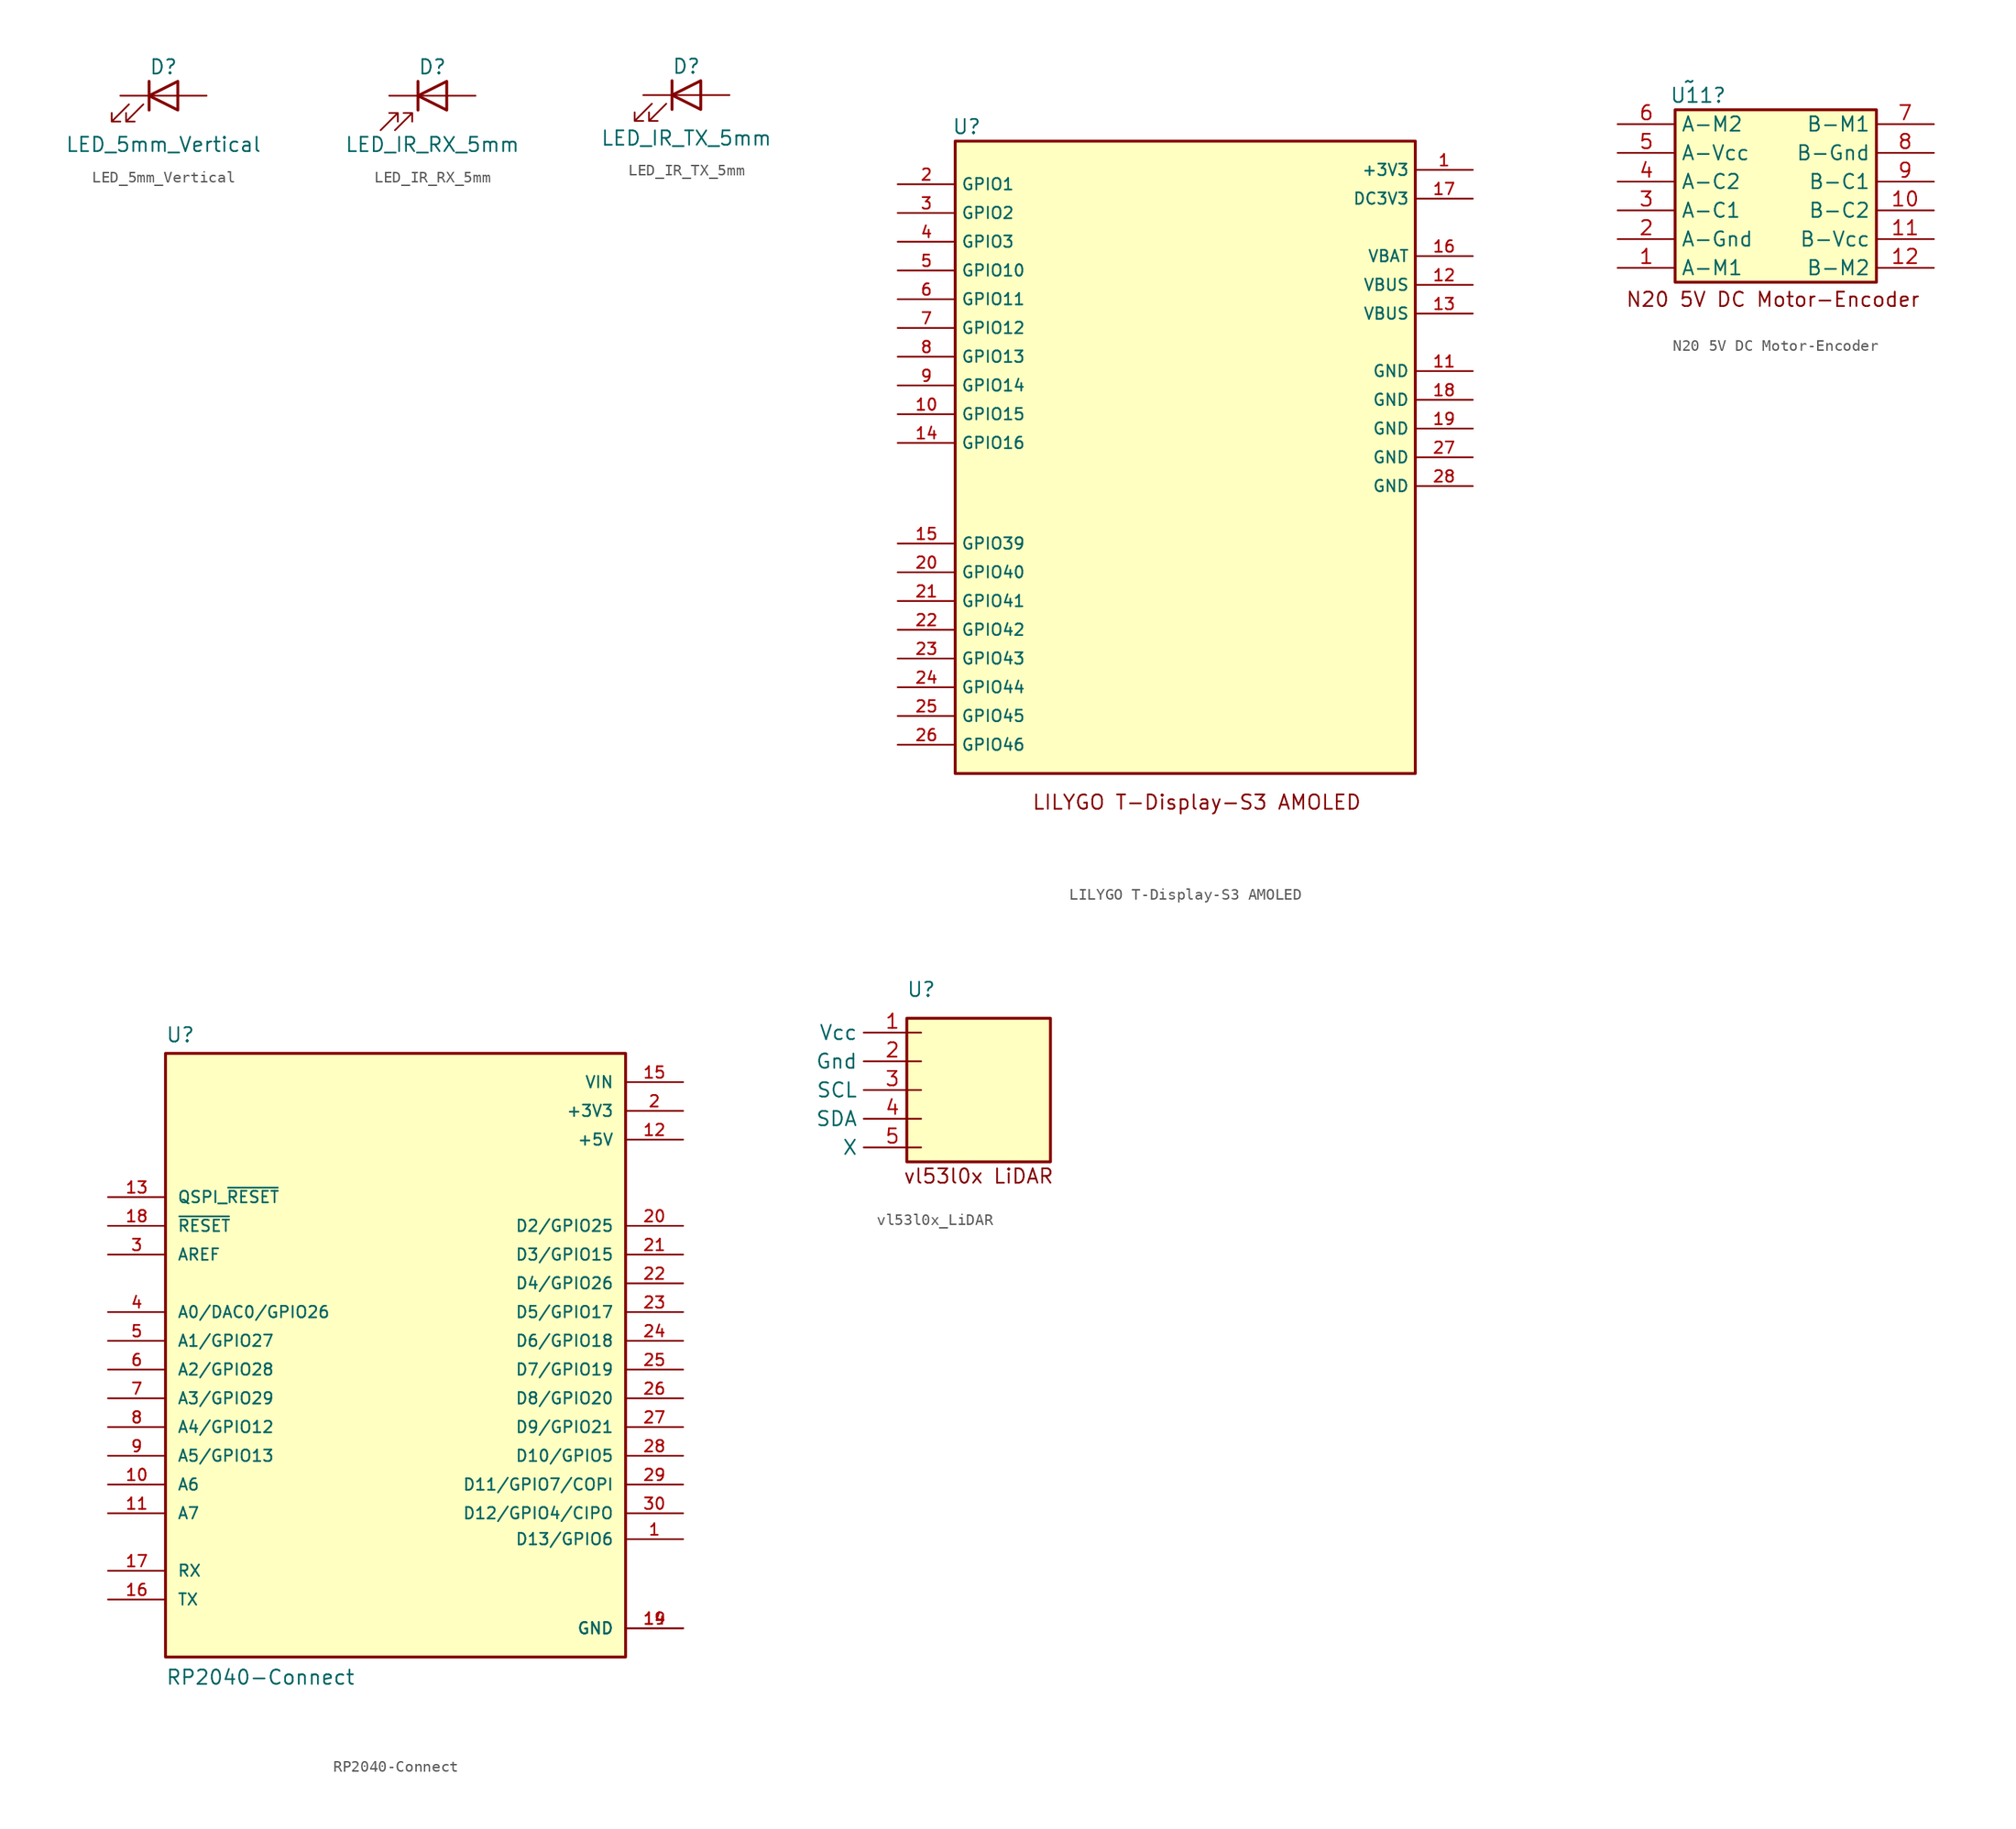
<source format=kicad_sym>
(kicad_symbol_lib
  (version 20241209)
  (generator "kicad_symbol_editor")
  (generator_version "9.0")
  (symbol "LED_5mm_Vertical"
    (pin_numbers
      (hide yes))
    (pin_names
      (offset 1.016)
      (hide yes))
    (property "Reference" "D"
      (at 0 2.54 0)
      (effects (font (size 1.27 1.27))))
    (property "Value" "LED_5mm_Vertical"
      (at 0 -4.318 0)
      (effects (font (size 1.27 1.27))))
    (symbol "LED_5mm_Vertical_0_1"
      (polyline (pts (xy -3.048 -0.762) (xy -4.572 -2.286) (xy -3.81 -2.286) (xy -4.572 -2.286) (xy -4.572 -1.524)) (stroke (width 0) (type default)) (fill (type none)))
      (polyline (pts (xy -1.778 -0.762) (xy -3.302 -2.286) (xy -2.54 -2.286) (xy -3.302 -2.286) (xy -3.302 -1.524)) (stroke (width 0) (type default)) (fill (type none)))
      (polyline (pts (xy -1.27 0) (xy 1.27 0)) (stroke (width 0) (type default)) (fill (type none)))
      (polyline (pts (xy -1.27 -1.27) (xy -1.27 1.27)) (stroke (width 0.254) (type default)) (fill (type none)))
      (polyline (pts (xy 1.27 -1.27) (xy 1.27 1.27) (xy -1.27 0) (xy 1.27 -1.27)) (stroke (width 0.254) (type default)) (fill (type none))))
    (symbol "LED_5mm_Vertical_1_1"
      (pin passive line (at -3.81 0 0) (length 2.54) (name "K" (effects (font (size 1.27 1.27)))) (number "1" (effects (font (size 1.27 1.27)))))
      (pin passive line (at 3.81 0 180) (length 2.54) (name "A" (effects (font (size 1.27 1.27)))) (number "2" (effects (font (size 1.27 1.27)))))))
  (symbol "LED_IR_RX_5mm"
    (pin_numbers
      (hide yes))
    (pin_names
      (offset 1.016)
      (hide yes))
    (property "Reference" "D"
      (at 0 2.54 0)
      (effects (font (size 1.27 1.27))))
    (property "Value" "LED_IR_RX_5mm"
      (at 0 -4.318 0)
      (effects (font (size 1.27 1.27))))
    (symbol "LED_IR_RX_5mm_0_1"
      (polyline (pts (xy -4.572 -3.048) (xy -3.048 -1.524) (xy -3.81 -1.524) (xy -3.048 -1.524) (xy -3.048 -2.286)) (stroke (width 0) (type default)) (fill (type none)))
      (polyline (pts (xy -3.302 -3.048) (xy -1.778 -1.524) (xy -2.54 -1.524) (xy -1.778 -1.524) (xy -1.778 -2.286)) (stroke (width 0) (type default)) (fill (type none)))
      (polyline (pts (xy -1.27 0) (xy 1.27 0)) (stroke (width 0) (type default)) (fill (type none)))
      (polyline (pts (xy -1.27 -1.27) (xy -1.27 1.27)) (stroke (width 0.254) (type default)) (fill (type none)))
      (polyline (pts (xy 1.27 -1.27) (xy 1.27 1.27) (xy -1.27 0) (xy 1.27 -1.27)) (stroke (width 0.254) (type default)) (fill (type none))))
    (symbol "LED_IR_RX_5mm_1_1"
      (pin passive line (at -3.81 0 0) (length 2.54) (name "K" (effects (font (size 1.27 1.27)))) (number "1" (effects (font (size 1.27 1.27)))))
      (pin passive line (at 3.81 0 180) (length 2.54) (name "A" (effects (font (size 1.27 1.27)))) (number "2" (effects (font (size 1.27 1.27)))))))
  (symbol "LED_IR_TX_5mm"
    (pin_numbers
      (hide yes))
    (pin_names
      (offset 1.016)
      (hide yes))
    (property "Reference" "D"
      (at 0 2.54 0)
      (effects (font (size 1.27 1.27))))
    (property "Value" "LED_IR_TX_5mm"
      (at 0 -3.81 0)
      (effects (font (size 1.27 1.27))))
    (symbol "LED_IR_TX_5mm_0_1"
      (polyline (pts (xy -3.048 -0.762) (xy -4.572 -2.286) (xy -3.81 -2.286) (xy -4.572 -2.286) (xy -4.572 -1.524)) (stroke (width 0) (type default)) (fill (type none)))
      (polyline (pts (xy -1.778 -0.762) (xy -3.302 -2.286) (xy -2.54 -2.286) (xy -3.302 -2.286) (xy -3.302 -1.524)) (stroke (width 0) (type default)) (fill (type none)))
      (polyline (pts (xy -1.27 0) (xy 1.27 0)) (stroke (width 0) (type default)) (fill (type none)))
      (polyline (pts (xy -1.27 -1.27) (xy -1.27 1.27)) (stroke (width 0.254) (type default)) (fill (type none)))
      (polyline (pts (xy 1.27 -1.27) (xy 1.27 1.27) (xy -1.27 0) (xy 1.27 -1.27)) (stroke (width 0.254) (type default)) (fill (type none))))
    (symbol "LED_IR_TX_5mm_1_1"
      (pin passive line (at -3.81 0 0) (length 2.54) (name "K" (effects (font (size 1.27 1.27)))) (number "1" (effects (font (size 1.27 1.27)))))
      (pin passive line (at 3.81 0 180) (length 2.54) (name "A" (effects (font (size 1.27 1.27)))) (number "2" (effects (font (size 1.27 1.27)))))))
  (symbol "LILYGO T-Display-S3 AMOLED"
    (property "Reference" "U"
      (at -19.304 26.67 0)
      (effects (font (size 1.27 1.27))))
    (property "Value" ""
      (at 0 0 0)
      (effects (font (size 1.27 1.27))))
    (symbol "LILYGO T-Display-S3 AMOLED_0_0"
      (rectangle (start -20.32 25.4) (end 20.32 -30.48) (stroke (width 0.254) (type default)) (fill (type background))))
    (symbol "LILYGO T-Display-S3 AMOLED_1_0"
      (pin bidirectional line (at -25.4 21.59 0) (length 5.08) (name "GPIO1" (effects (font (size 1.016 1.016)))) (number "2" (effects (font (size 1.016 1.016)))))
      (pin bidirectional line (at -25.4 19.05 0) (length 5.08) (name "GPIO2" (effects (font (size 1.016 1.016)))) (number "3" (effects (font (size 1.016 1.016)))))
      (pin bidirectional line (at -25.4 16.51 0) (length 5.08) (name "GPIO3" (effects (font (size 1.016 1.016)))) (number "4" (effects (font (size 1.016 1.016)))))
      (pin bidirectional line (at -25.4 13.97 0) (length 5.08) (name "GPIO10" (effects (font (size 1.016 1.016)))) (number "5" (effects (font (size 1.016 1.016)))))
      (pin bidirectional line (at -25.4 11.43 0) (length 5.08) (name "GPIO11" (effects (font (size 1.016 1.016)))) (number "6" (effects (font (size 1.016 1.016)))))
      (pin bidirectional line (at -25.4 8.89 0) (length 5.08) (name "GPIO12" (effects (font (size 1.016 1.016)))) (number "7" (effects (font (size 1.016 1.016)))))
      (pin bidirectional line (at -25.4 6.35 0) (length 5.08) (name "GPIO13" (effects (font (size 1.016 1.016)))) (number "8" (effects (font (size 1.016 1.016)))))
      (pin bidirectional line (at -25.4 3.81 0) (length 5.08) (name "GPIO14" (effects (font (size 1.016 1.016)))) (number "9" (effects (font (size 1.016 1.016)))))
      (pin bidirectional line (at -25.4 1.27 0) (length 5.08) (name "GPIO15" (effects (font (size 1.016 1.016)))) (number "10" (effects (font (size 1.016 1.016)))))
      (pin bidirectional line (at -25.4 -1.27 0) (length 5.08) (name "GPIO16" (effects (font (size 1.016 1.016)))) (number "14" (effects (font (size 1.016 1.016)))))
      (pin bidirectional line (at -25.4 -10.16 0) (length 5.08) (name "GPIO39" (effects (font (size 1.016 1.016)))) (number "15" (effects (font (size 1.016 1.016)))))
      (pin bidirectional line (at -25.4 -12.7 0) (length 5.08) (name "GPIO40" (effects (font (size 1.016 1.016)))) (number "20" (effects (font (size 1.016 1.016)))))
      (pin bidirectional line (at -25.4 -15.24 0) (length 5.08) (name "GPIO41" (effects (font (size 1.016 1.016)))) (number "21" (effects (font (size 1.016 1.016)))))
      (pin bidirectional line (at -25.4 -17.78 0) (length 5.08) (name "GPIO42" (effects (font (size 1.016 1.016)))) (number "22" (effects (font (size 1.016 1.016)))))
      (pin bidirectional line (at -25.4 -20.32 0) (length 5.08) (name "GPIO43" (effects (font (size 1.016 1.016)))) (number "23" (effects (font (size 1.016 1.016)))))
      (pin bidirectional line (at -25.4 -22.86 0) (length 5.08) (name "GPIO44" (effects (font (size 1.016 1.016)))) (number "24" (effects (font (size 1.016 1.016)))))
      (pin bidirectional line (at -25.4 -25.4 0) (length 5.08) (name "GPIO45" (effects (font (size 1.016 1.016)))) (number "25" (effects (font (size 1.016 1.016)))))
      (pin bidirectional line (at -25.4 -27.94 0) (length 5.08) (name "GPIO46" (effects (font (size 1.016 1.016)))) (number "26" (effects (font (size 1.016 1.016)))))
      (pin power_out line (at 25.4 22.86 180) (length 5.08) (name "+3V3" (effects (font (size 1.016 1.016)))) (number "1" (effects (font (size 1.016 1.016)))))
      (pin power_out line (at 25.4 20.32 180) (length 5.08) (name "DC3V3" (effects (font (size 1.016 1.016)))) (number "17" (effects (font (size 1.016 1.016)))))
      (pin power_in line (at 25.4 15.24 180) (length 5.08) (name "VBAT" (effects (font (size 1.016 1.016)))) (number "16" (effects (font (size 1.016 1.016)))))
      (pin power_in line (at 25.4 12.7 180) (length 5.08) (name "VBUS" (effects (font (size 1.016 1.016)))) (number "12" (effects (font (size 1.016 1.016)))))
      (pin power_in line (at 25.4 10.16 180) (length 5.08) (name "VBUS" (effects (font (size 1.016 1.016)))) (number "13" (effects (font (size 1.016 1.016)))))
      (pin power_in line (at 25.4 5.08 180) (length 5.08) (name "GND" (effects (font (size 1.016 1.016)))) (number "11" (effects (font (size 1.016 1.016)))))
      (pin power_in line (at 25.4 2.54 180) (length 5.08) (name "GND" (effects (font (size 1.016 1.016)))) (number "18" (effects (font (size 1.016 1.016)))))
      (pin power_in line (at 25.4 0 180) (length 5.08) (name "GND" (effects (font (size 1.016 1.016)))) (number "19" (effects (font (size 1.016 1.016)))))
      (pin power_in line (at 25.4 -2.54 180) (length 5.08) (name "GND" (effects (font (size 1.016 1.016)))) (number "27" (effects (font (size 1.016 1.016)))))
      (pin power_in line (at 25.4 -5.08 180) (length 5.08) (name "GND" (effects (font (size 1.016 1.016)))) (number "28" (effects (font (size 1.016 1.016))))))
    (symbol "LILYGO T-Display-S3 AMOLED_1_1"
      (text "LILYGO T-Display-S3 AMOLED" (at 1.016 -33.02 0) (effects (font (size 1.27 1.27))))))
  (symbol "N20 5V DC Motor-Encoder"
    (property "Reference" "U11"
      (at 0.762 -1.27 0)
      (effects (font (size 1.27 1.27))))
    (property "Value" "~"
      (at 0 0 0)
      (effects (font (size 1.27 1.27))))
    (symbol "N20 5V DC Motor-Encoder_0_1"
      (rectangle (start -1.27 -2.54) (end 16.51 -17.78) (stroke (width 0.254) (type default)) (fill (type background))))
    (symbol "N20 5V DC Motor-Encoder_1_1"
      (text "N20 5V DC Motor-Encoder" (at 7.366 -19.304 0) (effects (font (size 1.27 1.27))))
      (pin input line (at -6.35 -3.81 0) (length 5.08) (name "A-M2" (effects (font (size 1.27 1.27)))) (number "6" (effects (font (size 1.27 1.27)))))
      (pin input line (at -6.35 -6.35 0) (length 5.08) (name "A-Vcc" (effects (font (size 1.27 1.27)))) (number "5" (effects (font (size 1.27 1.27)))))
      (pin input line (at -6.35 -8.89 0) (length 5.08) (name "A-C2" (effects (font (size 1.27 1.27)))) (number "4" (effects (font (size 1.27 1.27)))))
      (pin input line (at -6.35 -11.43 0) (length 5.08) (name "A-C1" (effects (font (size 1.27 1.27)))) (number "3" (effects (font (size 1.27 1.27)))))
      (pin input line (at -6.35 -13.97 0) (length 5.08) (name "A-Gnd" (effects (font (size 1.27 1.27)))) (number "2" (effects (font (size 1.27 1.27)))))
      (pin input line (at -6.35 -16.51 0) (length 5.08) (name "A-M1" (effects (font (size 1.27 1.27)))) (number "1" (effects (font (size 1.27 1.27)))))
      (pin input line (at 21.59 -3.81 180) (length 5.08) (name "B-M1" (effects (font (size 1.27 1.27)))) (number "7" (effects (font (size 1.27 1.27)))))
      (pin input line (at 21.59 -6.35 180) (length 5.08) (name "B-Gnd" (effects (font (size 1.27 1.27)))) (number "8" (effects (font (size 1.27 1.27)))))
      (pin input line (at 21.59 -8.89 180) (length 5.08) (name "B-C1" (effects (font (size 1.27 1.27)))) (number "9" (effects (font (size 1.27 1.27)))))
      (pin input line (at 21.59 -11.43 180) (length 5.08) (name "B-C2" (effects (font (size 1.27 1.27)))) (number "10" (effects (font (size 1.27 1.27)))))
      (pin input line (at 21.59 -13.97 180) (length 5.08) (name "B-Vcc" (effects (font (size 1.27 1.27)))) (number "11" (effects (font (size 1.27 1.27)))))
      (pin input line (at 21.59 -16.51 180) (length 5.08) (name "B-M2" (effects (font (size 1.27 1.27)))) (number "12" (effects (font (size 1.27 1.27)))))))
  (symbol "RP2040-Connect"
    (pin_names
      (offset 1.016))
    (property "Reference" "U"
      (at -20.32 26.289 0)
      (effects (font (size 1.27 1.27)) (justify left bottom)))
    (property "Value" "RP2040-Connect"
      (at -20.32 -30.48 0)
      (effects (font (size 1.27 1.27)) (justify left bottom)))
    (symbol "RP2040-Connect_0_0"
      (rectangle (start -20.32 25.4) (end 20.32 -27.94) (stroke (width 0.254) (type default)) (fill (type background)))
      (pin input line (at -25.4 12.7 0) (length 5.08) (name "QSPI_~{RESET}" (effects (font (size 1.016 1.016)))) (number "13" (effects (font (size 1.016 1.016)))))
      (pin input line (at -25.4 10.16 0) (length 5.08) (name "~{RESET}" (effects (font (size 1.016 1.016)))) (number "18" (effects (font (size 1.016 1.016)))))
      (pin bidirectional line (at -25.4 7.62 0) (length 5.08) (name "AREF" (effects (font (size 1.016 1.016)))) (number "3" (effects (font (size 1.016 1.016)))))
      (pin bidirectional line (at -25.4 2.54 0) (length 5.08) (name "A0/DAC0/GPIO26" (effects (font (size 1.016 1.016)))) (number "4" (effects (font (size 1.016 1.016)))))
      (pin bidirectional line (at -25.4 0 0) (length 5.08) (name "A1/GPIO27" (effects (font (size 1.016 1.016)))) (number "5" (effects (font (size 1.016 1.016)))))
      (pin bidirectional line (at -25.4 -2.54 0) (length 5.08) (name "A2/GPIO28" (effects (font (size 1.016 1.016)))) (number "6" (effects (font (size 1.016 1.016)))))
      (pin bidirectional line (at -25.4 -5.08 0) (length 5.08) (name "A3/GPIO29" (effects (font (size 1.016 1.016)))) (number "7" (effects (font (size 1.016 1.016)))))
      (pin bidirectional line (at -25.4 -7.62 0) (length 5.08) (name "A4/GPIO12" (effects (font (size 1.016 1.016)))) (number "8" (effects (font (size 1.016 1.016)))))
      (pin bidirectional line (at -25.4 -10.16 0) (length 5.08) (name "A5/GPIO13" (effects (font (size 1.016 1.016)))) (number "9" (effects (font (size 1.016 1.016)))))
      (pin bidirectional line (at -25.4 -12.7 0) (length 5.08) (name "A6" (effects (font (size 1.016 1.016)))) (number "10" (effects (font (size 1.016 1.016)))))
      (pin bidirectional line (at -25.4 -15.24 0) (length 5.08) (name "A7" (effects (font (size 1.016 1.016)))) (number "11" (effects (font (size 1.016 1.016)))))
      (pin bidirectional line (at -25.4 -20.32 0) (length 5.08) (name "RX" (effects (font (size 1.016 1.016)))) (number "17" (effects (font (size 1.016 1.016)))))
      (pin bidirectional line (at -25.4 -22.86 0) (length 5.08) (name "TX" (effects (font (size 1.016 1.016)))) (number "16" (effects (font (size 1.016 1.016)))))
      (pin power_in line (at 25.4 22.86 180) (length 5.08) (name "VIN" (effects (font (size 1.016 1.016)))) (number "15" (effects (font (size 1.016 1.016)))))
      (pin power_in line (at 25.4 20.32 180) (length 5.08) (name "+3V3" (effects (font (size 1.016 1.016)))) (number "2" (effects (font (size 1.016 1.016)))))
      (pin power_in line (at 25.4 17.78 180) (length 5.08) (name "+5V" (effects (font (size 1.016 1.016)))) (number "12" (effects (font (size 1.016 1.016)))))
      (pin bidirectional line (at 25.4 10.16 180) (length 5.08) (name "D2/GPIO25" (effects (font (size 1.016 1.016)))) (number "20" (effects (font (size 1.016 1.016)))))
      (pin bidirectional line (at 25.4 7.62 180) (length 5.08) (name "D3/GPIO15" (effects (font (size 1.016 1.016)))) (number "21" (effects (font (size 1.016 1.016)))))
      (pin bidirectional line (at 25.4 5.08 180) (length 5.08) (name "D4/GPIO26" (effects (font (size 1.016 1.016)))) (number "22" (effects (font (size 1.016 1.016)))))
      (pin bidirectional line (at 25.4 2.54 180) (length 5.08) (name "D5/GPIO17" (effects (font (size 1.016 1.016)))) (number "23" (effects (font (size 1.016 1.016)))))
      (pin bidirectional line (at 25.4 0 180) (length 5.08) (name "D6/GPIO18" (effects (font (size 1.016 1.016)))) (number "24" (effects (font (size 1.016 1.016)))))
      (pin bidirectional line (at 25.4 -2.54 180) (length 5.08) (name "D7/GPIO19" (effects (font (size 1.016 1.016)))) (number "25" (effects (font (size 1.016 1.016)))))
      (pin bidirectional line (at 25.4 -5.08 180) (length 5.08) (name "D8/GPIO20" (effects (font (size 1.016 1.016)))) (number "26" (effects (font (size 1.016 1.016)))))
      (pin bidirectional line (at 25.4 -7.62 180) (length 5.08) (name "D9/GPIO21" (effects (font (size 1.016 1.016)))) (number "27" (effects (font (size 1.016 1.016)))))
      (pin bidirectional line (at 25.4 -10.16 180) (length 5.08) (name "D10/GPIO5" (effects (font (size 1.016 1.016)))) (number "28" (effects (font (size 1.016 1.016)))))
      (pin bidirectional line (at 25.4 -12.7 180) (length 5.08) (name "D11/GPIO7/COPI" (effects (font (size 1.016 1.016)))) (number "29" (effects (font (size 1.016 1.016)))))
      (pin bidirectional line (at 25.4 -15.24 180) (length 5.08) (name "D12/GPIO4/CIPO" (effects (font (size 1.016 1.016)))) (number "30" (effects (font (size 1.016 1.016)))))
      (pin bidirectional line (at 25.4 -17.526 180) (length 5.08) (name "D13/GPIO6" (effects (font (size 1.016 1.016)))) (number "1" (effects (font (size 1.016 1.016)))))
      (pin power_in line (at 25.4 -25.4 180) (length 5.08) (name "GND" (effects (font (size 1.016 1.016)))) (number "14" (effects (font (size 1.016 1.016)))))
      (pin power_in line (at 25.4 -25.4 180) (length 5.08) (name "GND" (effects (font (size 1.016 1.016)))) (number "19" (effects (font (size 1.016 1.016)))))))
  (symbol "vl53l0x_LiDAR"
    (property "Reference" "U"
      (at 0 0 0)
      (effects (font (size 1.27 1.27))))
    (property "Value" ""
      (at 0 0 0)
      (effects (font (size 1.27 1.27))))
    (symbol "vl53l0x_LiDAR_0_1"
      (rectangle (start -1.27 -2.54) (end 11.43 -15.24) (stroke (width 0.254) (type default)) (fill (type background))))
    (symbol "vl53l0x_LiDAR_1_1"
      (text "vl53l0x LiDAR" (at 5.08 -16.51 0) (effects (font (size 1.27 1.27))))
      (pin input line (at 0 -3.81 180) (length 5.08) (name "Vcc" (effects (font (size 1.27 1.27)))) (number "1" (effects (font (size 1.27 1.27)))))
      (pin input line (at 0 -6.35 180) (length 5.08) (name "Gnd" (effects (font (size 1.27 1.27)))) (number "2" (effects (font (size 1.27 1.27)))))
      (pin input line (at 0 -8.89 180) (length 5.08) (name "SCL" (effects (font (size 1.27 1.27)))) (number "3" (effects (font (size 1.27 1.27)))))
      (pin bidirectional line (at 0 -11.43 180) (length 5.08) (name "SDA" (effects (font (size 1.27 1.27)))) (number "4" (effects (font (size 1.27 1.27)))))
      (pin input line (at 0 -13.97 180) (length 5.08) (name "X" (effects (font (size 1.27 1.27)))) (number "5" (effects (font (size 1.27 1.27))))))))
</source>
